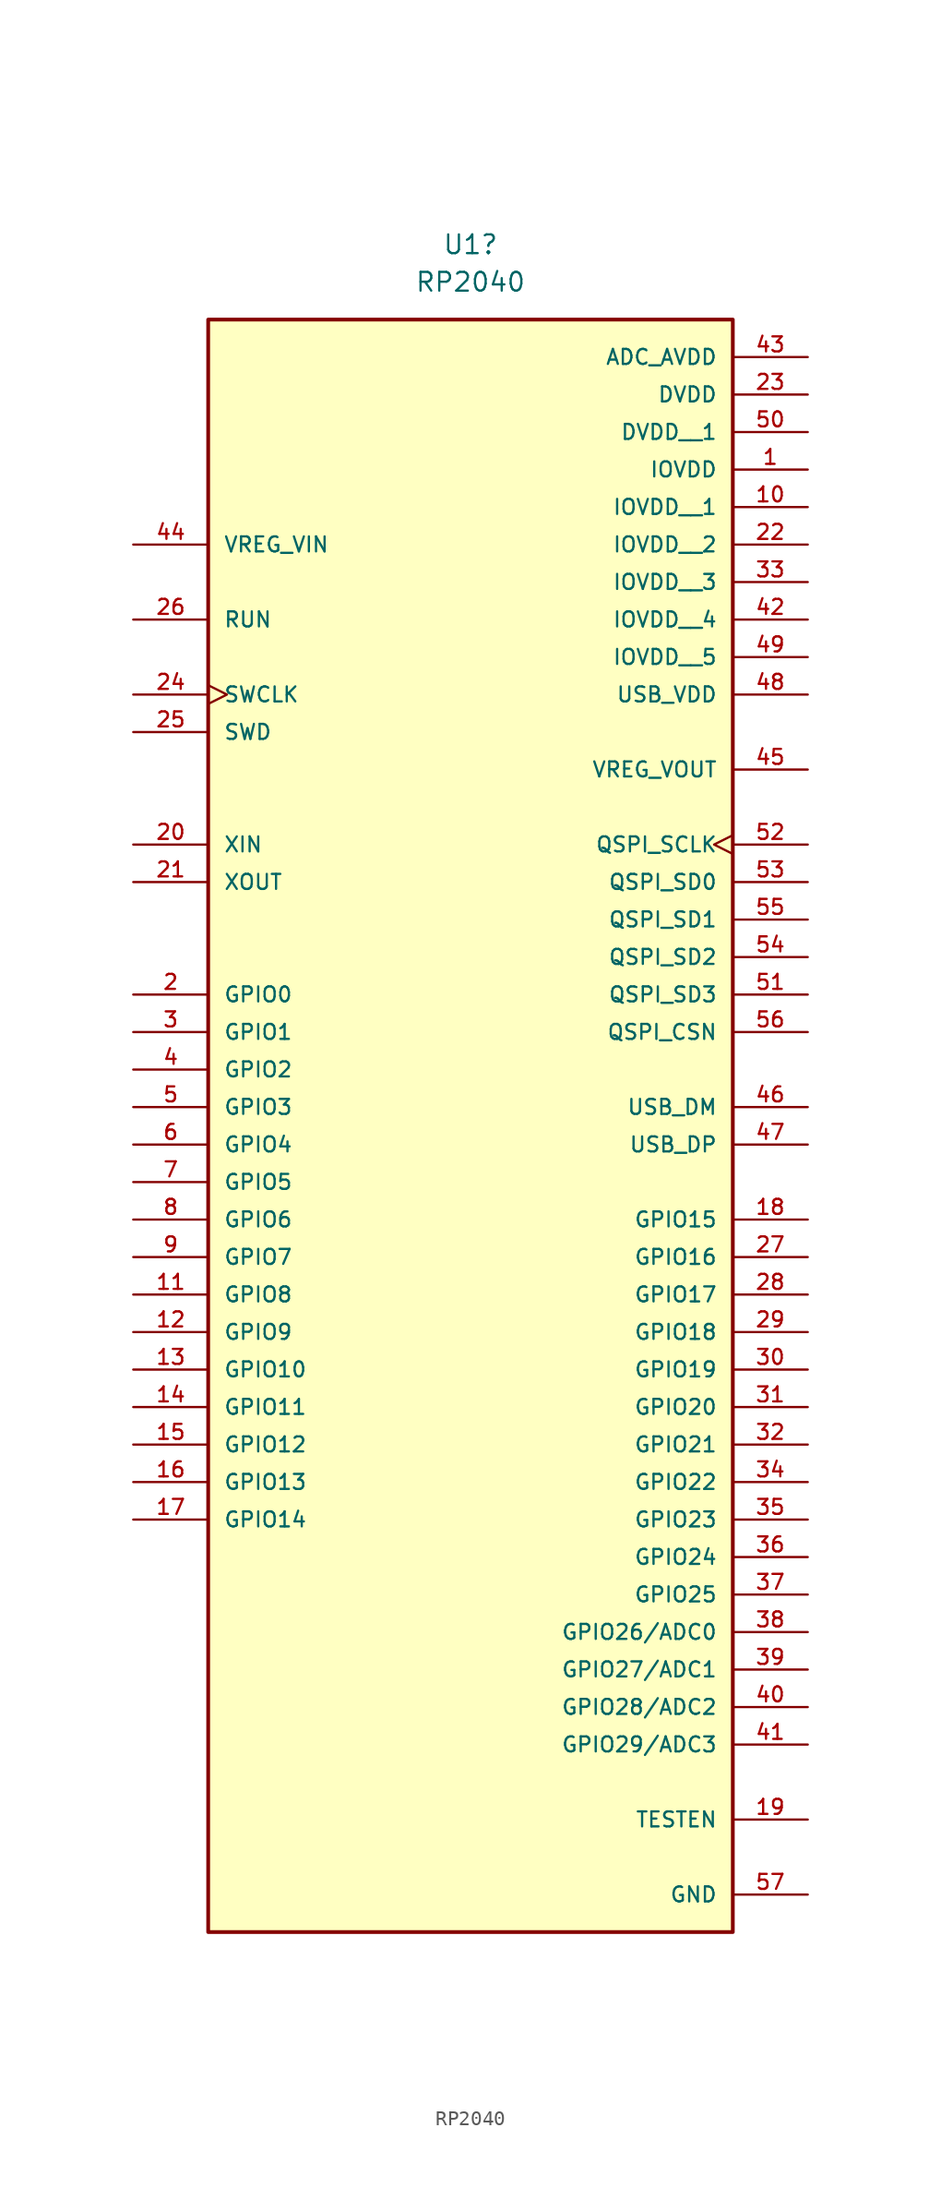
<source format=kicad_sym>
(kicad_symbol_lib
  (version 20211014)
  (generator kicad_symbol_editor)
  (symbol "RP2040"
    (pin_names
      (offset 1.016))
    (property "Reference" "U1"
      (at 0 53.34 0)
      (effects (font (size 1.27 1.27))))
    (property "Value" "RP2040"
      (at 0 50.8 0)
      (effects (font (size 1.27 1.27))))
    (symbol "RP2040_0_0"
      (rectangle (start -17.78 -60.96) (end 17.78 48.26) (stroke (width 0.254) (type default) (color 0 0 0 0)) (fill (type background)))
      (pin power_in line (at 22.86 38.1 180) (length 5.08) (name "IOVDD" (effects (font (size 1.016 1.016)))) (number "1" (effects (font (size 1.016 1.016)))))
      (pin power_in line (at 22.86 35.56 180) (length 5.08) (name "IOVDD__1" (effects (font (size 1.016 1.016)))) (number "10" (effects (font (size 1.016 1.016)))))
      (pin bidirectional line (at -22.86 -17.78 0) (length 5.08) (name "GPIO8" (effects (font (size 1.016 1.016)))) (number "11" (effects (font (size 1.016 1.016)))))
      (pin bidirectional line (at -22.86 -20.32 0) (length 5.08) (name "GPIO9" (effects (font (size 1.016 1.016)))) (number "12" (effects (font (size 1.016 1.016)))))
      (pin bidirectional line (at -22.86 -22.86 0) (length 5.08) (name "GPIO10" (effects (font (size 1.016 1.016)))) (number "13" (effects (font (size 1.016 1.016)))))
      (pin bidirectional line (at -22.86 -25.4 0) (length 5.08) (name "GPIO11" (effects (font (size 1.016 1.016)))) (number "14" (effects (font (size 1.016 1.016)))))
      (pin bidirectional line (at -22.86 -27.94 0) (length 5.08) (name "GPIO12" (effects (font (size 1.016 1.016)))) (number "15" (effects (font (size 1.016 1.016)))))
      (pin bidirectional line (at -22.86 -30.48 0) (length 5.08) (name "GPIO13" (effects (font (size 1.016 1.016)))) (number "16" (effects (font (size 1.016 1.016)))))
      (pin bidirectional line (at -22.86 -33.02 0) (length 5.08) (name "GPIO14" (effects (font (size 1.016 1.016)))) (number "17" (effects (font (size 1.016 1.016)))))
      (pin bidirectional line (at 22.86 -12.7 180) (length 5.08) (name "GPIO15" (effects (font (size 1.016 1.016)))) (number "18" (effects (font (size 1.016 1.016)))))
      (pin passive line (at 22.86 -53.34 180) (length 5.08) (name "TESTEN" (effects (font (size 1.016 1.016)))) (number "19" (effects (font (size 1.016 1.016)))))
      (pin bidirectional line (at -22.86 2.54 0) (length 5.08) (name "GPIO0" (effects (font (size 1.016 1.016)))) (number "2" (effects (font (size 1.016 1.016)))))
      (pin input line (at -22.86 12.7 0) (length 5.08) (name "XIN" (effects (font (size 1.016 1.016)))) (number "20" (effects (font (size 1.016 1.016)))))
      (pin output line (at -22.86 10.16 0) (length 5.08) (name "XOUT" (effects (font (size 1.016 1.016)))) (number "21" (effects (font (size 1.016 1.016)))))
      (pin power_in line (at 22.86 33.02 180) (length 5.08) (name "IOVDD__2" (effects (font (size 1.016 1.016)))) (number "22" (effects (font (size 1.016 1.016)))))
      (pin power_in line (at 22.86 43.18 180) (length 5.08) (name "DVDD" (effects (font (size 1.016 1.016)))) (number "23" (effects (font (size 1.016 1.016)))))
      (pin input clock (at -22.86 22.86 0) (length 5.08) (name "SWCLK" (effects (font (size 1.016 1.016)))) (number "24" (effects (font (size 1.016 1.016)))))
      (pin bidirectional line (at -22.86 20.32 0) (length 5.08) (name "SWD" (effects (font (size 1.016 1.016)))) (number "25" (effects (font (size 1.016 1.016)))))
      (pin input line (at -22.86 27.94 0) (length 5.08) (name "RUN" (effects (font (size 1.016 1.016)))) (number "26" (effects (font (size 1.016 1.016)))))
      (pin bidirectional line (at 22.86 -15.24 180) (length 5.08) (name "GPIO16" (effects (font (size 1.016 1.016)))) (number "27" (effects (font (size 1.016 1.016)))))
      (pin bidirectional line (at 22.86 -17.78 180) (length 5.08) (name "GPIO17" (effects (font (size 1.016 1.016)))) (number "28" (effects (font (size 1.016 1.016)))))
      (pin bidirectional line (at 22.86 -20.32 180) (length 5.08) (name "GPIO18" (effects (font (size 1.016 1.016)))) (number "29" (effects (font (size 1.016 1.016)))))
      (pin bidirectional line (at -22.86 0 0) (length 5.08) (name "GPIO1" (effects (font (size 1.016 1.016)))) (number "3" (effects (font (size 1.016 1.016)))))
      (pin bidirectional line (at 22.86 -22.86 180) (length 5.08) (name "GPIO19" (effects (font (size 1.016 1.016)))) (number "30" (effects (font (size 1.016 1.016)))))
      (pin bidirectional line (at 22.86 -25.4 180) (length 5.08) (name "GPIO20" (effects (font (size 1.016 1.016)))) (number "31" (effects (font (size 1.016 1.016)))))
      (pin bidirectional line (at 22.86 -27.94 180) (length 5.08) (name "GPIO21" (effects (font (size 1.016 1.016)))) (number "32" (effects (font (size 1.016 1.016)))))
      (pin power_in line (at 22.86 30.48 180) (length 5.08) (name "IOVDD__3" (effects (font (size 1.016 1.016)))) (number "33" (effects (font (size 1.016 1.016)))))
      (pin bidirectional line (at 22.86 -30.48 180) (length 5.08) (name "GPIO22" (effects (font (size 1.016 1.016)))) (number "34" (effects (font (size 1.016 1.016)))))
      (pin bidirectional line (at 22.86 -33.02 180) (length 5.08) (name "GPIO23" (effects (font (size 1.016 1.016)))) (number "35" (effects (font (size 1.016 1.016)))))
      (pin bidirectional line (at 22.86 -35.56 180) (length 5.08) (name "GPIO24" (effects (font (size 1.016 1.016)))) (number "36" (effects (font (size 1.016 1.016)))))
      (pin bidirectional line (at 22.86 -38.1 180) (length 5.08) (name "GPIO25" (effects (font (size 1.016 1.016)))) (number "37" (effects (font (size 1.016 1.016)))))
      (pin bidirectional line (at 22.86 -40.64 180) (length 5.08) (name "GPIO26/ADC0" (effects (font (size 1.016 1.016)))) (number "38" (effects (font (size 1.016 1.016)))))
      (pin bidirectional line (at 22.86 -43.18 180) (length 5.08) (name "GPIO27/ADC1" (effects (font (size 1.016 1.016)))) (number "39" (effects (font (size 1.016 1.016)))))
      (pin bidirectional line (at -22.86 -2.54 0) (length 5.08) (name "GPIO2" (effects (font (size 1.016 1.016)))) (number "4" (effects (font (size 1.016 1.016)))))
      (pin bidirectional line (at 22.86 -45.72 180) (length 5.08) (name "GPIO28/ADC2" (effects (font (size 1.016 1.016)))) (number "40" (effects (font (size 1.016 1.016)))))
      (pin bidirectional line (at 22.86 -48.26 180) (length 5.08) (name "GPIO29/ADC3" (effects (font (size 1.016 1.016)))) (number "41" (effects (font (size 1.016 1.016)))))
      (pin power_in line (at 22.86 27.94 180) (length 5.08) (name "IOVDD__4" (effects (font (size 1.016 1.016)))) (number "42" (effects (font (size 1.016 1.016)))))
      (pin power_in line (at 22.86 45.72 180) (length 5.08) (name "ADC_AVDD" (effects (font (size 1.016 1.016)))) (number "43" (effects (font (size 1.016 1.016)))))
      (pin input line (at -22.86 33.02 0) (length 5.08) (name "VREG_VIN" (effects (font (size 1.016 1.016)))) (number "44" (effects (font (size 1.016 1.016)))))
      (pin output line (at 22.86 17.78 180) (length 5.08) (name "VREG_VOUT" (effects (font (size 1.016 1.016)))) (number "45" (effects (font (size 1.016 1.016)))))
      (pin bidirectional line (at 22.86 -5.08 180) (length 5.08) (name "USB_DM" (effects (font (size 1.016 1.016)))) (number "46" (effects (font (size 1.016 1.016)))))
      (pin bidirectional line (at 22.86 -7.62 180) (length 5.08) (name "USB_DP" (effects (font (size 1.016 1.016)))) (number "47" (effects (font (size 1.016 1.016)))))
      (pin power_in line (at 22.86 22.86 180) (length 5.08) (name "USB_VDD" (effects (font (size 1.016 1.016)))) (number "48" (effects (font (size 1.016 1.016)))))
      (pin power_in line (at 22.86 25.4 180) (length 5.08) (name "IOVDD__5" (effects (font (size 1.016 1.016)))) (number "49" (effects (font (size 1.016 1.016)))))
      (pin bidirectional line (at -22.86 -5.08 0) (length 5.08) (name "GPIO3" (effects (font (size 1.016 1.016)))) (number "5" (effects (font (size 1.016 1.016)))))
      (pin power_in line (at 22.86 40.64 180) (length 5.08) (name "DVDD__1" (effects (font (size 1.016 1.016)))) (number "50" (effects (font (size 1.016 1.016)))))
      (pin bidirectional line (at 22.86 2.54 180) (length 5.08) (name "QSPI_SD3" (effects (font (size 1.016 1.016)))) (number "51" (effects (font (size 1.016 1.016)))))
      (pin bidirectional clock (at 22.86 12.7 180) (length 5.08) (name "QSPI_SCLK" (effects (font (size 1.016 1.016)))) (number "52" (effects (font (size 1.016 1.016)))))
      (pin bidirectional line (at 22.86 10.16 180) (length 5.08) (name "QSPI_SD0" (effects (font (size 1.016 1.016)))) (number "53" (effects (font (size 1.016 1.016)))))
      (pin bidirectional line (at 22.86 5.08 180) (length 5.08) (name "QSPI_SD2" (effects (font (size 1.016 1.016)))) (number "54" (effects (font (size 1.016 1.016)))))
      (pin bidirectional line (at 22.86 7.62 180) (length 5.08) (name "QSPI_SD1" (effects (font (size 1.016 1.016)))) (number "55" (effects (font (size 1.016 1.016)))))
      (pin bidirectional line (at 22.86 0 180) (length 5.08) (name "QSPI_CSN" (effects (font (size 1.016 1.016)))) (number "56" (effects (font (size 1.016 1.016)))))
      (pin power_in line (at 22.86 -58.42 180) (length 5.08) (name "GND" (effects (font (size 1.016 1.016)))) (number "57" (effects (font (size 1.016 1.016)))))
      (pin bidirectional line (at -22.86 -7.62 0) (length 5.08) (name "GPIO4" (effects (font (size 1.016 1.016)))) (number "6" (effects (font (size 1.016 1.016)))))
      (pin bidirectional line (at -22.86 -10.16 0) (length 5.08) (name "GPIO5" (effects (font (size 1.016 1.016)))) (number "7" (effects (font (size 1.016 1.016)))))
      (pin bidirectional line (at -22.86 -12.7 0) (length 5.08) (name "GPIO6" (effects (font (size 1.016 1.016)))) (number "8" (effects (font (size 1.016 1.016)))))
      (pin bidirectional line (at -22.86 -15.24 0) (length 5.08) (name "GPIO7" (effects (font (size 1.016 1.016)))) (number "9" (effects (font (size 1.016 1.016))))))))
</source>
